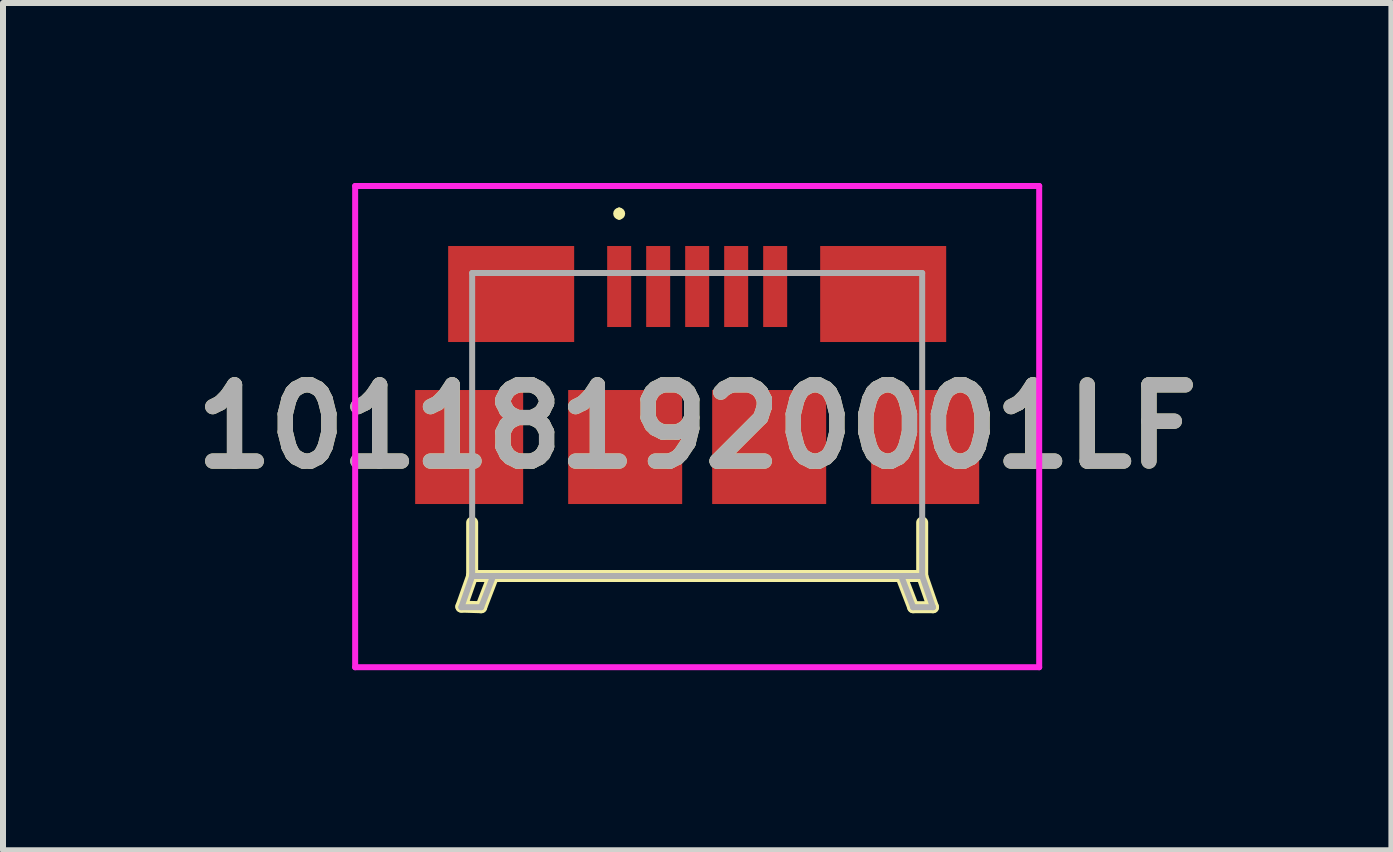
<source format=kicad_pcb>
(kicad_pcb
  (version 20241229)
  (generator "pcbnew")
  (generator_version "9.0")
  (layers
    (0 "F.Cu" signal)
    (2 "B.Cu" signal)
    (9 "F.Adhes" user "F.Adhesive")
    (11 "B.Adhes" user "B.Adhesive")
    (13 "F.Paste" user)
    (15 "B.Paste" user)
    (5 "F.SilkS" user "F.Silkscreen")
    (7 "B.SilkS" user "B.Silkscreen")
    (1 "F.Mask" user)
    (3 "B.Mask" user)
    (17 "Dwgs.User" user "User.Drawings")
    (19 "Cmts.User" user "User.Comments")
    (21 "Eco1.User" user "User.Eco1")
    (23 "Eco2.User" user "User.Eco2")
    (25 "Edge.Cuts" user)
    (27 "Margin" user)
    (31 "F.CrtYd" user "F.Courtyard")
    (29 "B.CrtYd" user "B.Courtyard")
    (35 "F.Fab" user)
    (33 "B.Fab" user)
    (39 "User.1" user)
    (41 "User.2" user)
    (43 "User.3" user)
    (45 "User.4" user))
  (footprint "101181920001LF"
    (layer "F.Cu")
    (at 8.569 4.06)
    (property "Reference" "101181920001LF" (at 0 0 0) (layer "F.SilkS") (effects (font (size 1.27 1.27) (thickness 0.254))))
    (attr smd)
    (fp_line (start -3.93 3) (end -3.6 3.01) (stroke (width 0.2) (type solid)) (layer "F.SilkS"))
    (fp_line (start -3.75 1.6) (end -3.75 2.49) (stroke (width 0.2) (type solid)) (layer "F.SilkS"))
    (fp_line (start -3.75 2.49) (end -3.93 3) (stroke (width 0.2) (type solid)) (layer "F.SilkS"))
    (fp_line (start -3.75 2.49) (end 3.75 2.49) (stroke (width 0.2) (type solid)) (layer "F.SilkS"))
    (fp_line (start -3.6 3.01) (end -3.4 2.49) (stroke (width 0.2) (type solid)) (layer "F.SilkS"))
    (fp_line (start -1.3 -3.6) (end -1.3 -3.6) (stroke (width 0.1) (type solid)) (layer "F.SilkS"))
    (fp_line (start -1.3 -3.5) (end -1.3 -3.5) (stroke (width 0.1) (type solid)) (layer "F.SilkS"))
    (fp_line (start 3.6 3.01) (end 3.4 2.49) (stroke (width 0.2) (type solid)) (layer "F.SilkS"))
    (fp_line (start 3.75 2.49) (end 3.75 1.6) (stroke (width 0.2) (type solid)) (layer "F.SilkS"))
    (fp_line (start 3.75 2.49) (end 3.93 3.01) (stroke (width 0.2) (type solid)) (layer "F.SilkS"))
    (fp_line (start 3.93 3.01) (end 3.6 3.01) (stroke (width 0.2) (type solid)) (layer "F.SilkS"))
    (fp_arc (start -1.3 -3.6) (mid -1.25 -3.55) (end -1.3 -3.5) (stroke (width 0.1) (type solid)) (layer "F.SilkS"))
    (fp_arc (start -1.3 -3.5) (mid -1.35 -3.55) (end -1.3 -3.6) (stroke (width 0.1) (type solid)) (layer "F.SilkS"))
    (fp_line (start -5.7 -4.01) (end 5.7 -4.01) (stroke (width 0.1) (type solid)) (layer "F.CrtYd"))
    (fp_line (start -5.7 4.01) (end -5.7 -4.01) (stroke (width 0.1) (type solid)) (layer "F.CrtYd"))
    (fp_line (start 5.7 -4.01) (end 5.7 4.01) (stroke (width 0.1) (type solid)) (layer "F.CrtYd"))
    (fp_line (start 5.7 4.01) (end -5.7 4.01) (stroke (width 0.1) (type solid)) (layer "F.CrtYd"))
    (fp_line (start -3.93 3.01) (end -3.6 3.01) (stroke (width 0.1) (type solid)) (layer "F.Fab"))
    (fp_line (start -3.75 -2.56) (end 3.75 -2.56) (stroke (width 0.1) (type solid)) (layer "F.Fab"))
    (fp_line (start -3.75 2.49) (end -3.93 3.01) (stroke (width 0.1) (type solid)) (layer "F.Fab"))
    (fp_line (start -3.75 2.49) (end -3.75 -2.56) (stroke (width 0.1) (type solid)) (layer "F.Fab"))
    (fp_line (start -3.6 3.01) (end -3.4 2.49) (stroke (width 0.1) (type solid)) (layer "F.Fab"))
    (fp_line (start 3.6 3.01) (end 3.4 2.49) (stroke (width 0.1) (type solid)) (layer "F.Fab"))
    (fp_line (start 3.75 -2.56) (end 3.75 2.49) (stroke (width 0.1) (type solid)) (layer "F.Fab"))
    (fp_line (start 3.75 2.49) (end -3.75 2.49) (stroke (width 0.1) (type solid)) (layer "F.Fab"))
    (fp_line (start 3.75 2.49) (end 3.93 3.01) (stroke (width 0.1) (type solid)) (layer "F.Fab"))
    (fp_line (start 3.93 3.01) (end 3.6 3.01) (stroke (width 0.1) (type solid)) (layer "F.Fab"))
    (fp_text user "${REFERENCE}" (at 0 0 0) (layer "F.Fab") (effects (font (size 1.27 1.27) (thickness 0.254))))
    (pad "1" smd rect (at -1.3 -2.335) (size 0.4 1.35) (layers "F.Cu" "F.Mask" "F.Paste"))
    (pad "2" smd rect (at -0.65 -2.335) (size 0.4 1.35) (layers "F.Cu" "F.Mask" "F.Paste"))
    (pad "3" smd rect (at 0 -2.335) (size 0.4 1.35) (layers "F.Cu" "F.Mask" "F.Paste"))
    (pad "4" smd rect (at 0.65 -2.335) (size 0.4 1.35) (layers "F.Cu" "F.Mask" "F.Paste"))
    (pad "5" smd rect (at 1.3 -2.335) (size 0.4 1.35) (layers "F.Cu" "F.Mask" "F.Paste"))
    (pad "MP1" smd rect (at -3.1 -2.21 90) (size 1.6 2.1) (layers "F.Cu" "F.Mask" "F.Paste"))
    (pad "MP2" smd rect (at 3.1 -2.21 90) (size 1.6 2.1) (layers "F.Cu" "F.Mask" "F.Paste"))
    (pad "MP3" smd rect (at -3.8 0.34) (size 1.8 1.9) (layers "F.Cu" "F.Mask" "F.Paste"))
    (pad "MP4" smd rect (at -1.2 0.34) (size 1.9 1.9) (layers "F.Cu" "F.Mask" "F.Paste"))
    (pad "MP5" smd rect (at 1.2 0.34) (size 1.9 1.9) (layers "F.Cu" "F.Mask" "F.Paste"))
    (pad "MP6" smd rect (at 3.8 0.34) (size 1.8 1.9) (layers "F.Cu" "F.Mask" "F.Paste")))
  (gr_rect
    (start -3 -3)
    (end 20.139 11.12)
    (stroke (width 0.1) (type default))
    (fill no)
    (layer "Edge.Cuts")))
</source>
